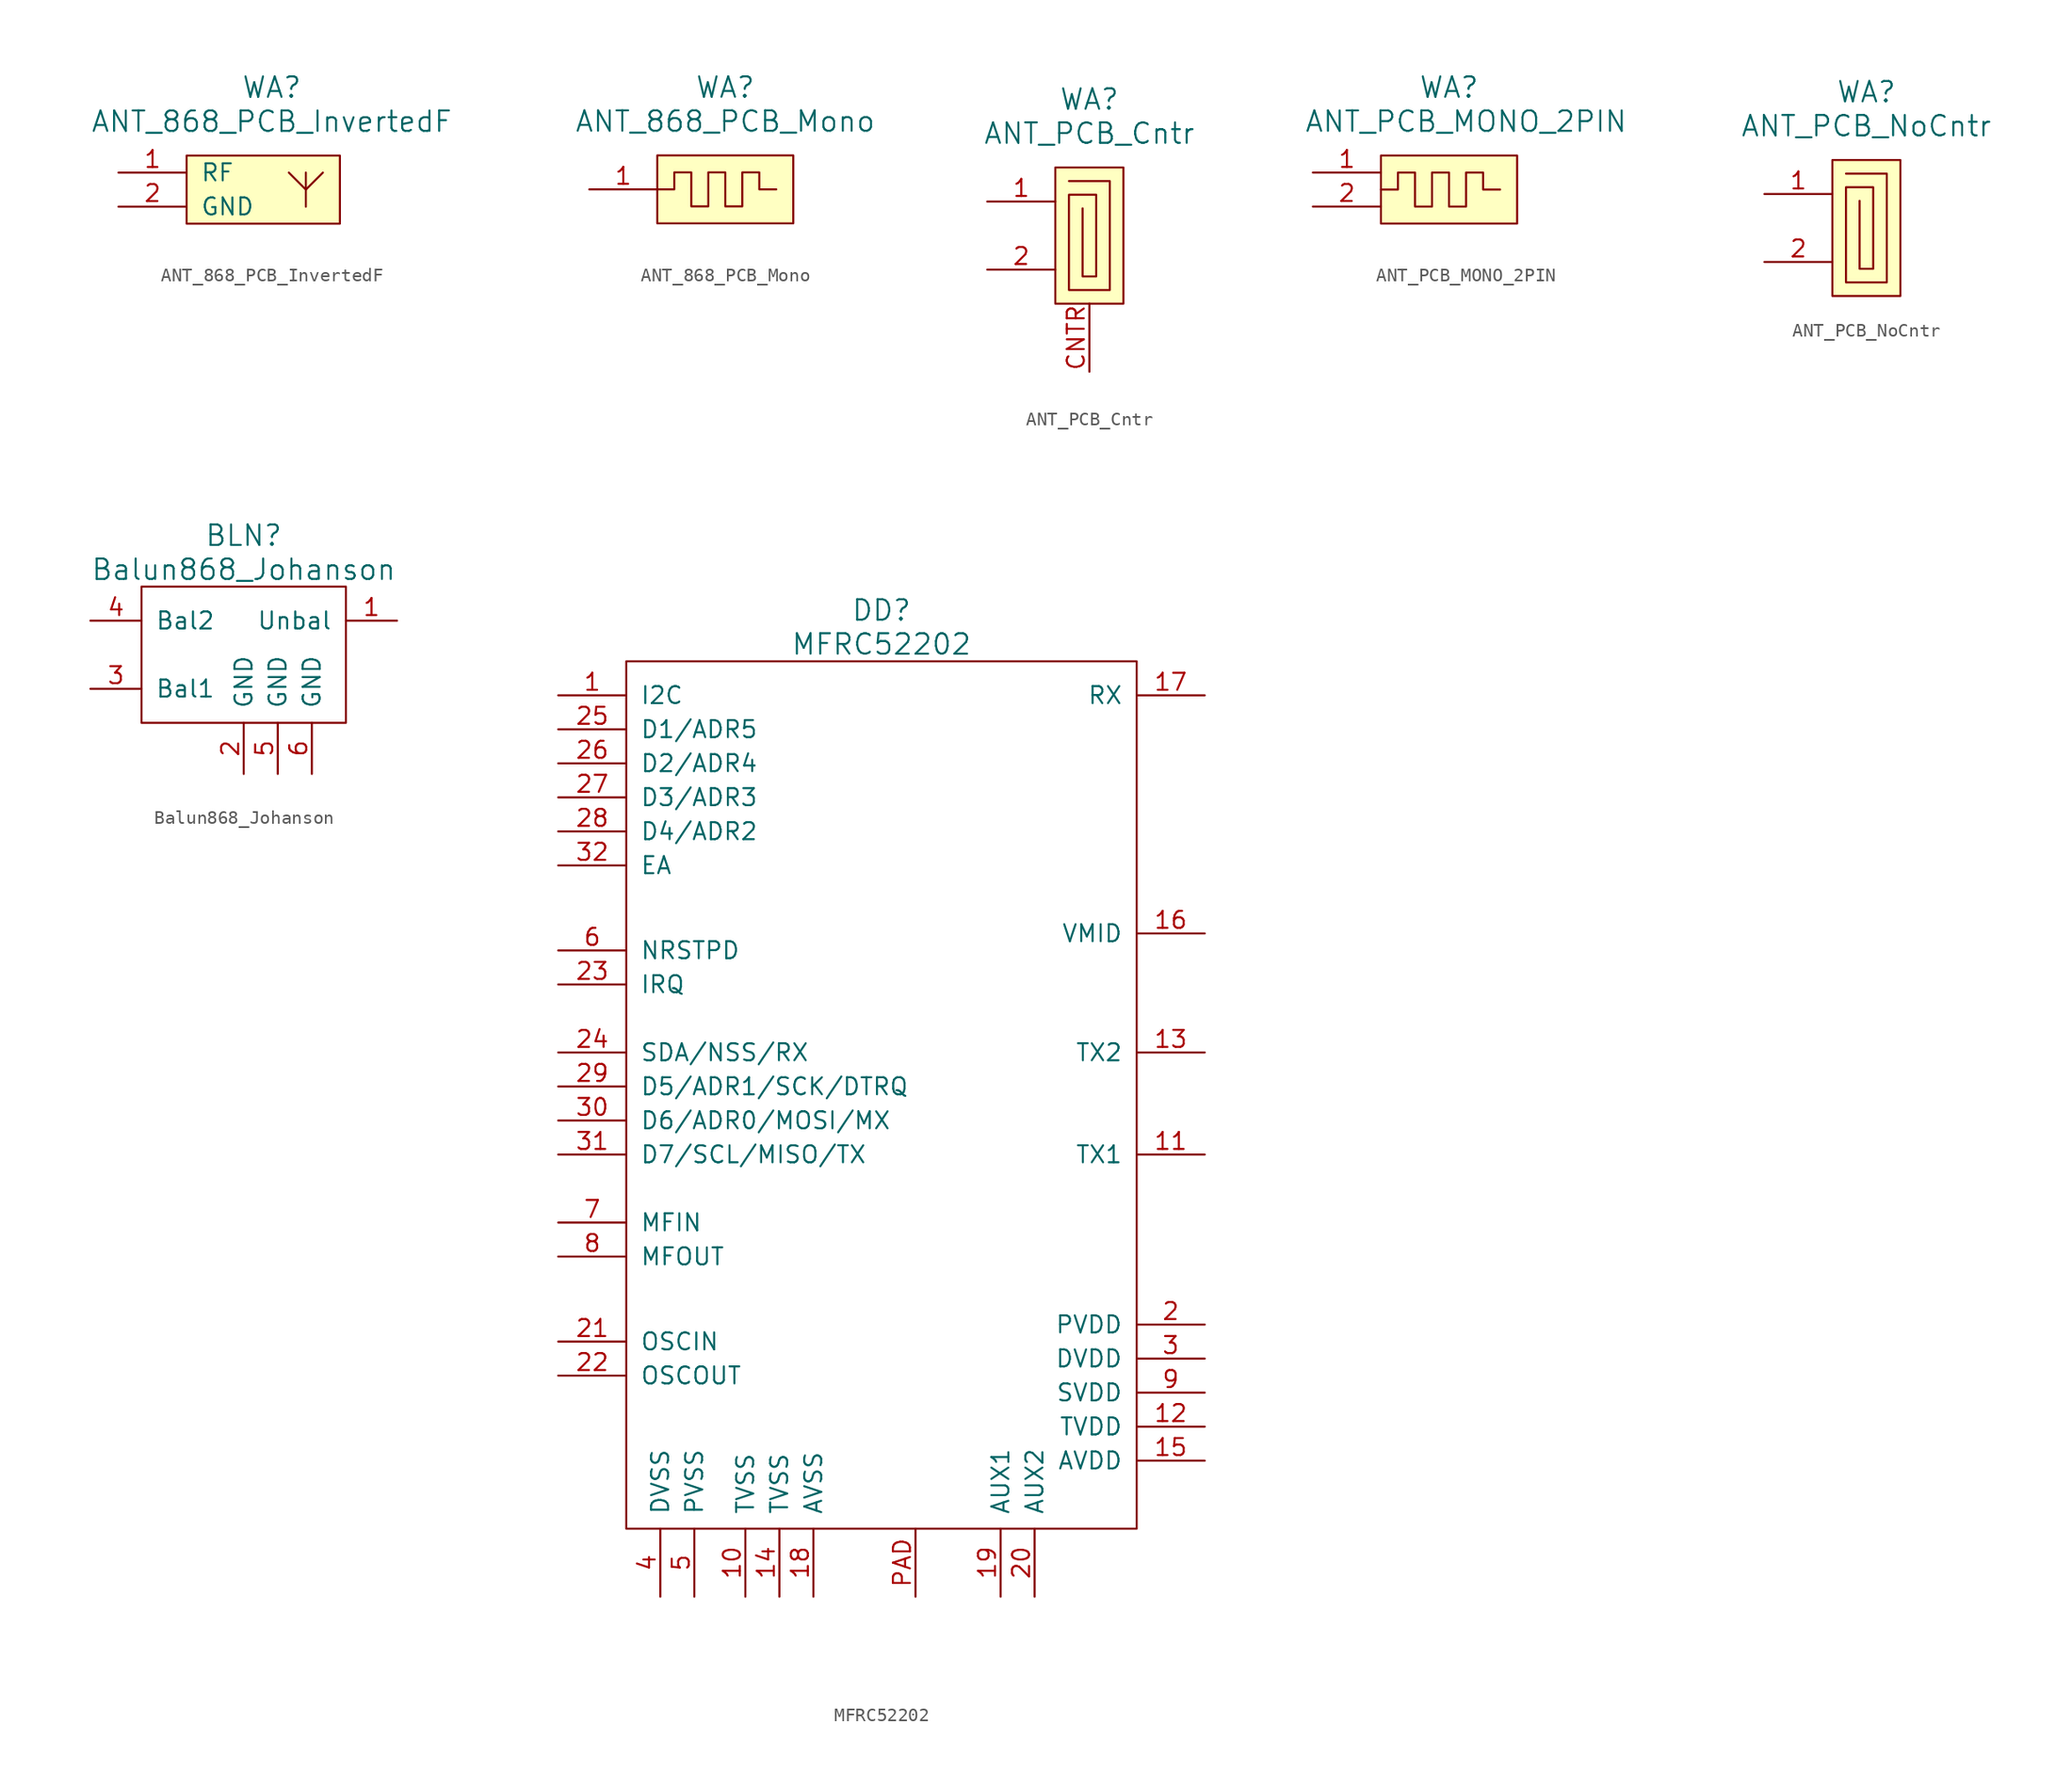
<source format=kicad_sym>
(kicad_symbol_lib
  (version 20220914)
  (generator kicad_symbol_editor)
  (symbol "ANT_868_PCB_InvertedF"
    (pin_names
      (offset 1.016))
    (property "Reference" "WA"
      (at 0 7.62 0)
      (effects (font (size 1.524 1.524))))
    (property "Value" "ANT_868_PCB_InvertedF"
      (at 0 5.08 0)
      (effects (font (size 1.524 1.524))))
    (property "Footprint" ""
      (at 0 -3.81 0)
      (effects (font (size 1.524 1.524))))
    (property "Datasheet" ""
      (at 0 0 0)
      (effects (font (size 1.524 1.524))))
    (symbol "ANT_868_PCB_InvertedF_0_1"
      (rectangle (start -6.35 2.54) (end 5.08 -2.54) (stroke (width 0) (type solid)) (fill (type background)))
      (polyline (pts (xy 2.54 -1.27) (xy 2.54 1.27)) (stroke (width 0) (type solid)) (fill (type none)))
      (polyline (pts (xy 2.54 0) (xy 1.27 1.27)) (stroke (width 0) (type solid)) (fill (type none)))
      (polyline (pts (xy 2.54 0) (xy 3.81 1.27)) (stroke (width 0) (type solid)) (fill (type none))))
    (symbol "ANT_868_PCB_InvertedF_1_1"
      (pin passive line (at -11.43 1.27 0) (length 5.08) (name "RF" (effects (font (size 1.27 1.27)))) (number "1" (effects (font (size 1.27 1.27)))))
      (pin passive line (at -11.43 -1.27 0) (length 5.08) (name "GND" (effects (font (size 1.27 1.27)))) (number "2" (effects (font (size 1.27 1.27)))))))
  (symbol "ANT_868_PCB_Mono"
    (pin_names
      (offset 1.016))
    (property "Reference" "WA"
      (at 5.08 7.62 0)
      (effects (font (size 1.524 1.524))))
    (property "Value" "ANT_868_PCB_Mono"
      (at 5.08 5.08 0)
      (effects (font (size 1.524 1.524))))
    (property "Footprint" ""
      (at 0 -3.81 0)
      (effects (font (size 1.524 1.524)) (justify left)))
    (property "Datasheet" ""
      (at 0 0 0)
      (effects (font (size 1.524 1.524))))
    (symbol "ANT_868_PCB_Mono_0_1"
      (polyline (pts (xy 0 0) (xy 1.27 0) (xy 1.27 1.27) (xy 2.54 1.27) (xy 2.54 -1.27) (xy 3.81 -1.27) (xy 3.81 1.27) (xy 5.08 1.27) (xy 5.08 -1.27) (xy 6.35 -1.27) (xy 6.35 1.27) (xy 7.62 1.27) (xy 7.62 0) (xy 8.89 0) (xy 8.89 0)) (stroke (width 0) (type solid)) (fill (type none)))
      (rectangle (start 0 2.54) (end 10.16 -2.54) (stroke (width 0) (type solid)) (fill (type background))))
    (symbol "ANT_868_PCB_Mono_1_1"
      (pin passive line (at -5.08 0 0) (length 5.08) (name "~" (effects (font (size 1.27 1.27)))) (number "1" (effects (font (size 1.27 1.27)))))))
  (symbol "ANT_PCB_Cntr"
    (pin_names
      (offset 1.016))
    (property "Reference" "WA"
      (at 0 10.16 0)
      (effects (font (size 1.524 1.524))))
    (property "Value" "ANT_PCB_Cntr"
      (at 0 7.62 0)
      (effects (font (size 1.524 1.524))))
    (property "Footprint" ""
      (at 0 0 0)
      (effects (font (size 1.524 1.524))))
    (property "Datasheet" ""
      (at 0 0 0)
      (effects (font (size 1.524 1.524))))
    (symbol "ANT_PCB_Cntr_0_1"
      (rectangle (start -2.54 5.08) (end 2.54 -5.08) (stroke (width 0) (type solid)) (fill (type background)))
      (polyline (pts (xy -1.524 4.064) (xy 1.524 4.064) (xy 1.524 -4.064) (xy -1.524 -4.064) (xy -1.524 3.048) (xy 0.508 3.048) (xy 0.508 -3.048) (xy -0.508 -3.048) (xy -0.508 2.032) (xy -0.508 2.032)) (stroke (width 0) (type solid)) (fill (type none))))
    (symbol "ANT_PCB_Cntr_1_1"
      (pin passive line (at -7.62 2.54 0) (length 5.08) (name "~" (effects (font (size 1.27 1.27)))) (number "1" (effects (font (size 1.27 1.27)))))
      (pin passive line (at -7.62 -2.54 0) (length 5.08) (name "~" (effects (font (size 1.27 1.27)))) (number "2" (effects (font (size 1.27 1.27)))))
      (pin passive line (at 0 -10.16 90) (length 5.08) (name "~" (effects (font (size 1.27 1.27)))) (number "CNTR" (effects (font (size 1.27 1.27)))))))
  (symbol "ANT_PCB_MONO_2PIN"
    (pin_names
      (offset 1.016))
    (property "Reference" "WA"
      (at 5.08 7.62 0)
      (effects (font (size 1.524 1.524))))
    (property "Value" "ANT_PCB_MONO_2PIN"
      (at 6.35 5.08 0)
      (effects (font (size 1.524 1.524))))
    (property "Footprint" ""
      (at 5.08 -3.81 0)
      (effects (font (size 1.524 1.524))))
    (property "Datasheet" ""
      (at 0 0 0)
      (effects (font (size 1.524 1.524))))
    (symbol "ANT_PCB_MONO_2PIN_0_1"
      (polyline (pts (xy 0 0) (xy 1.27 0) (xy 1.27 1.27) (xy 2.54 1.27) (xy 2.54 -1.27) (xy 3.81 -1.27) (xy 3.81 1.27) (xy 5.08 1.27) (xy 5.08 -1.27) (xy 6.35 -1.27) (xy 6.35 1.27) (xy 7.62 1.27) (xy 7.62 0) (xy 8.89 0) (xy 8.89 0)) (stroke (width 0) (type solid)) (fill (type none)))
      (rectangle (start 0 2.54) (end 10.16 -2.54) (stroke (width 0) (type solid)) (fill (type background))))
    (symbol "ANT_PCB_MONO_2PIN_1_1"
      (pin passive line (at -5.08 1.27 0) (length 5.08) (name "~" (effects (font (size 1.27 1.27)))) (number "1" (effects (font (size 1.27 1.27)))))
      (pin passive line (at -5.08 -1.27 0) (length 5.08) (name "~" (effects (font (size 1.27 1.27)))) (number "2" (effects (font (size 1.27 1.27)))))))
  (symbol "ANT_PCB_NoCntr"
    (pin_names
      (offset 1.016))
    (property "Reference" "WA"
      (at 0 10.16 0)
      (effects (font (size 1.524 1.524))))
    (property "Value" "ANT_PCB_NoCntr"
      (at 0 7.62 0)
      (effects (font (size 1.524 1.524))))
    (property "Datasheet" ""
      (at 0 0 0)
      (effects (font (size 1.524 1.524))))
    (symbol "ANT_PCB_NoCntr_0_1"
      (rectangle (start -2.54 5.08) (end 2.54 -5.08) (stroke (width 0) (type solid)) (fill (type background)))
      (polyline (pts (xy -1.524 4.064) (xy 1.524 4.064) (xy 1.524 -4.064) (xy -1.524 -4.064) (xy -1.524 3.048) (xy 0.508 3.048) (xy 0.508 -3.048) (xy -0.508 -3.048) (xy -0.508 2.032) (xy -0.508 2.032)) (stroke (width 0) (type solid)) (fill (type none))))
    (symbol "ANT_PCB_NoCntr_1_1"
      (pin passive line (at -7.62 2.54 0) (length 5.08) (name "~" (effects (font (size 1.27 1.27)))) (number "1" (effects (font (size 1.27 1.27)))))
      (pin passive line (at -7.62 -2.54 0) (length 5.08) (name "~" (effects (font (size 1.27 1.27)))) (number "2" (effects (font (size 1.27 1.27)))))))
  (symbol "Balun868_Johanson"
    (pin_names
      (offset 1.016))
    (property "Reference" "BLN"
      (at 0 8.89 0)
      (effects (font (size 1.524 1.524))))
    (property "Value" "Balun868_Johanson"
      (at 0 6.35 0)
      (effects (font (size 1.524 1.524))))
    (property "Datasheet" ""
      (at 0 8.89 0)
      (effects (font (size 1.524 1.524))))
    (symbol "Balun868_Johanson_0_1"
      (rectangle (start -7.62 5.08) (end 7.62 -5.08) (stroke (width 0) (type solid)) (fill (type none))))
    (symbol "Balun868_Johanson_1_1"
      (pin passive line (at 11.43 2.54 180) (length 3.81) (name "Unbal" (effects (font (size 1.27 1.27)))) (number "1" (effects (font (size 1.27 1.27)))))
      (pin passive line (at 0 -8.89 90) (length 3.81) (name "GND" (effects (font (size 1.27 1.27)))) (number "2" (effects (font (size 1.27 1.27)))))
      (pin passive line (at -11.43 -2.54 0) (length 3.81) (name "Bal1" (effects (font (size 1.27 1.27)))) (number "3" (effects (font (size 1.27 1.27)))))
      (pin passive line (at -11.43 2.54 0) (length 3.81) (name "Bal2" (effects (font (size 1.27 1.27)))) (number "4" (effects (font (size 1.27 1.27)))))
      (pin passive line (at 2.54 -8.89 90) (length 3.81) (name "GND" (effects (font (size 1.27 1.27)))) (number "5" (effects (font (size 1.27 1.27)))))
      (pin passive line (at 5.08 -8.89 90) (length 3.81) (name "GND" (effects (font (size 1.27 1.27)))) (number "6" (effects (font (size 1.27 1.27)))))))
  (symbol "MFRC52202"
    (pin_names
      (offset 1.016))
    (property "Reference" "DD"
      (at 0 36.83 0)
      (effects (font (size 1.524 1.524))))
    (property "Value" "MFRC52202"
      (at 0 34.29 0)
      (effects (font (size 1.524 1.524))))
    (symbol "MFRC52202_0_1"
      (rectangle (start -19.05 33.02) (end 19.05 -31.75) (stroke (width 0) (type solid)) (fill (type none))))
    (symbol "MFRC52202_1_1"
      (pin passive line (at -24.13 30.48 0) (length 5.08) (name "I2C" (effects (font (size 1.27 1.27)))) (number "1" (effects (font (size 1.27 1.27)))))
      (pin power_in line (at -10.16 -36.83 90) (length 5.08) (name "TVSS" (effects (font (size 1.27 1.27)))) (number "10" (effects (font (size 1.27 1.27)))))
      (pin passive line (at 24.13 -3.81 180) (length 5.08) (name "TX1" (effects (font (size 1.27 1.27)))) (number "11" (effects (font (size 1.27 1.27)))))
      (pin power_in line (at 24.13 -24.13 180) (length 5.08) (name "TVDD" (effects (font (size 1.27 1.27)))) (number "12" (effects (font (size 1.27 1.27)))))
      (pin passive line (at 24.13 3.81 180) (length 5.08) (name "TX2" (effects (font (size 1.27 1.27)))) (number "13" (effects (font (size 1.27 1.27)))))
      (pin power_in line (at -7.62 -36.83 90) (length 5.08) (name "TVSS" (effects (font (size 1.27 1.27)))) (number "14" (effects (font (size 1.27 1.27)))))
      (pin power_in line (at 24.13 -26.67 180) (length 5.08) (name "AVDD" (effects (font (size 1.27 1.27)))) (number "15" (effects (font (size 1.27 1.27)))))
      (pin passive line (at 24.13 12.7 180) (length 5.08) (name "VMID" (effects (font (size 1.27 1.27)))) (number "16" (effects (font (size 1.27 1.27)))))
      (pin passive line (at 24.13 30.48 180) (length 5.08) (name "RX" (effects (font (size 1.27 1.27)))) (number "17" (effects (font (size 1.27 1.27)))))
      (pin power_in line (at -5.08 -36.83 90) (length 5.08) (name "AVSS" (effects (font (size 1.27 1.27)))) (number "18" (effects (font (size 1.27 1.27)))))
      (pin passive line (at 8.89 -36.83 90) (length 5.08) (name "AUX1" (effects (font (size 1.27 1.27)))) (number "19" (effects (font (size 1.27 1.27)))))
      (pin power_in line (at 24.13 -16.51 180) (length 5.08) (name "PVDD" (effects (font (size 1.27 1.27)))) (number "2" (effects (font (size 1.27 1.27)))))
      (pin passive line (at 11.43 -36.83 90) (length 5.08) (name "AUX2" (effects (font (size 1.27 1.27)))) (number "20" (effects (font (size 1.27 1.27)))))
      (pin passive line (at -24.13 -17.78 0) (length 5.08) (name "OSCIN" (effects (font (size 1.27 1.27)))) (number "21" (effects (font (size 1.27 1.27)))))
      (pin passive line (at -24.13 -20.32 0) (length 5.08) (name "OSCOUT" (effects (font (size 1.27 1.27)))) (number "22" (effects (font (size 1.27 1.27)))))
      (pin passive line (at -24.13 8.89 0) (length 5.08) (name "IRQ" (effects (font (size 1.27 1.27)))) (number "23" (effects (font (size 1.27 1.27)))))
      (pin passive line (at -24.13 3.81 0) (length 5.08) (name "SDA/NSS/RX" (effects (font (size 1.27 1.27)))) (number "24" (effects (font (size 1.27 1.27)))))
      (pin passive line (at -24.13 27.94 0) (length 5.08) (name "D1/ADR5" (effects (font (size 1.27 1.27)))) (number "25" (effects (font (size 1.27 1.27)))))
      (pin passive line (at -24.13 25.4 0) (length 5.08) (name "D2/ADR4" (effects (font (size 1.27 1.27)))) (number "26" (effects (font (size 1.27 1.27)))))
      (pin passive line (at -24.13 22.86 0) (length 5.08) (name "D3/ADR3" (effects (font (size 1.27 1.27)))) (number "27" (effects (font (size 1.27 1.27)))))
      (pin passive line (at -24.13 20.32 0) (length 5.08) (name "D4/ADR2" (effects (font (size 1.27 1.27)))) (number "28" (effects (font (size 1.27 1.27)))))
      (pin passive line (at -24.13 1.27 0) (length 5.08) (name "D5/ADR1/SCK/DTRQ" (effects (font (size 1.27 1.27)))) (number "29" (effects (font (size 1.27 1.27)))))
      (pin power_in line (at 24.13 -19.05 180) (length 5.08) (name "DVDD" (effects (font (size 1.27 1.27)))) (number "3" (effects (font (size 1.27 1.27)))))
      (pin passive line (at -24.13 -1.27 0) (length 5.08) (name "D6/ADR0/MOSI/MX" (effects (font (size 1.27 1.27)))) (number "30" (effects (font (size 1.27 1.27)))))
      (pin passive line (at -24.13 -3.81 0) (length 5.08) (name "D7/SCL/MISO/TX" (effects (font (size 1.27 1.27)))) (number "31" (effects (font (size 1.27 1.27)))))
      (pin passive line (at -24.13 17.78 0) (length 5.08) (name "EA" (effects (font (size 1.27 1.27)))) (number "32" (effects (font (size 1.27 1.27)))))
      (pin power_in line (at -16.51 -36.83 90) (length 5.08) (name "DVSS" (effects (font (size 1.27 1.27)))) (number "4" (effects (font (size 1.27 1.27)))))
      (pin power_in line (at -13.97 -36.83 90) (length 5.08) (name "PVSS" (effects (font (size 1.27 1.27)))) (number "5" (effects (font (size 1.27 1.27)))))
      (pin passive line (at -24.13 11.43 0) (length 5.08) (name "NRSTPD" (effects (font (size 1.27 1.27)))) (number "6" (effects (font (size 1.27 1.27)))))
      (pin passive line (at -24.13 -8.89 0) (length 5.08) (name "MFIN" (effects (font (size 1.27 1.27)))) (number "7" (effects (font (size 1.27 1.27)))))
      (pin passive line (at -24.13 -11.43 0) (length 5.08) (name "MFOUT" (effects (font (size 1.27 1.27)))) (number "8" (effects (font (size 1.27 1.27)))))
      (pin power_in line (at 24.13 -21.59 180) (length 5.08) (name "SVDD" (effects (font (size 1.27 1.27)))) (number "9" (effects (font (size 1.27 1.27)))))
      (pin passive line (at 2.54 -36.83 90) (length 5.08) (name "~" (effects (font (size 1.27 1.27)))) (number "PAD" (effects (font (size 1.27 1.27))))))))
</source>
